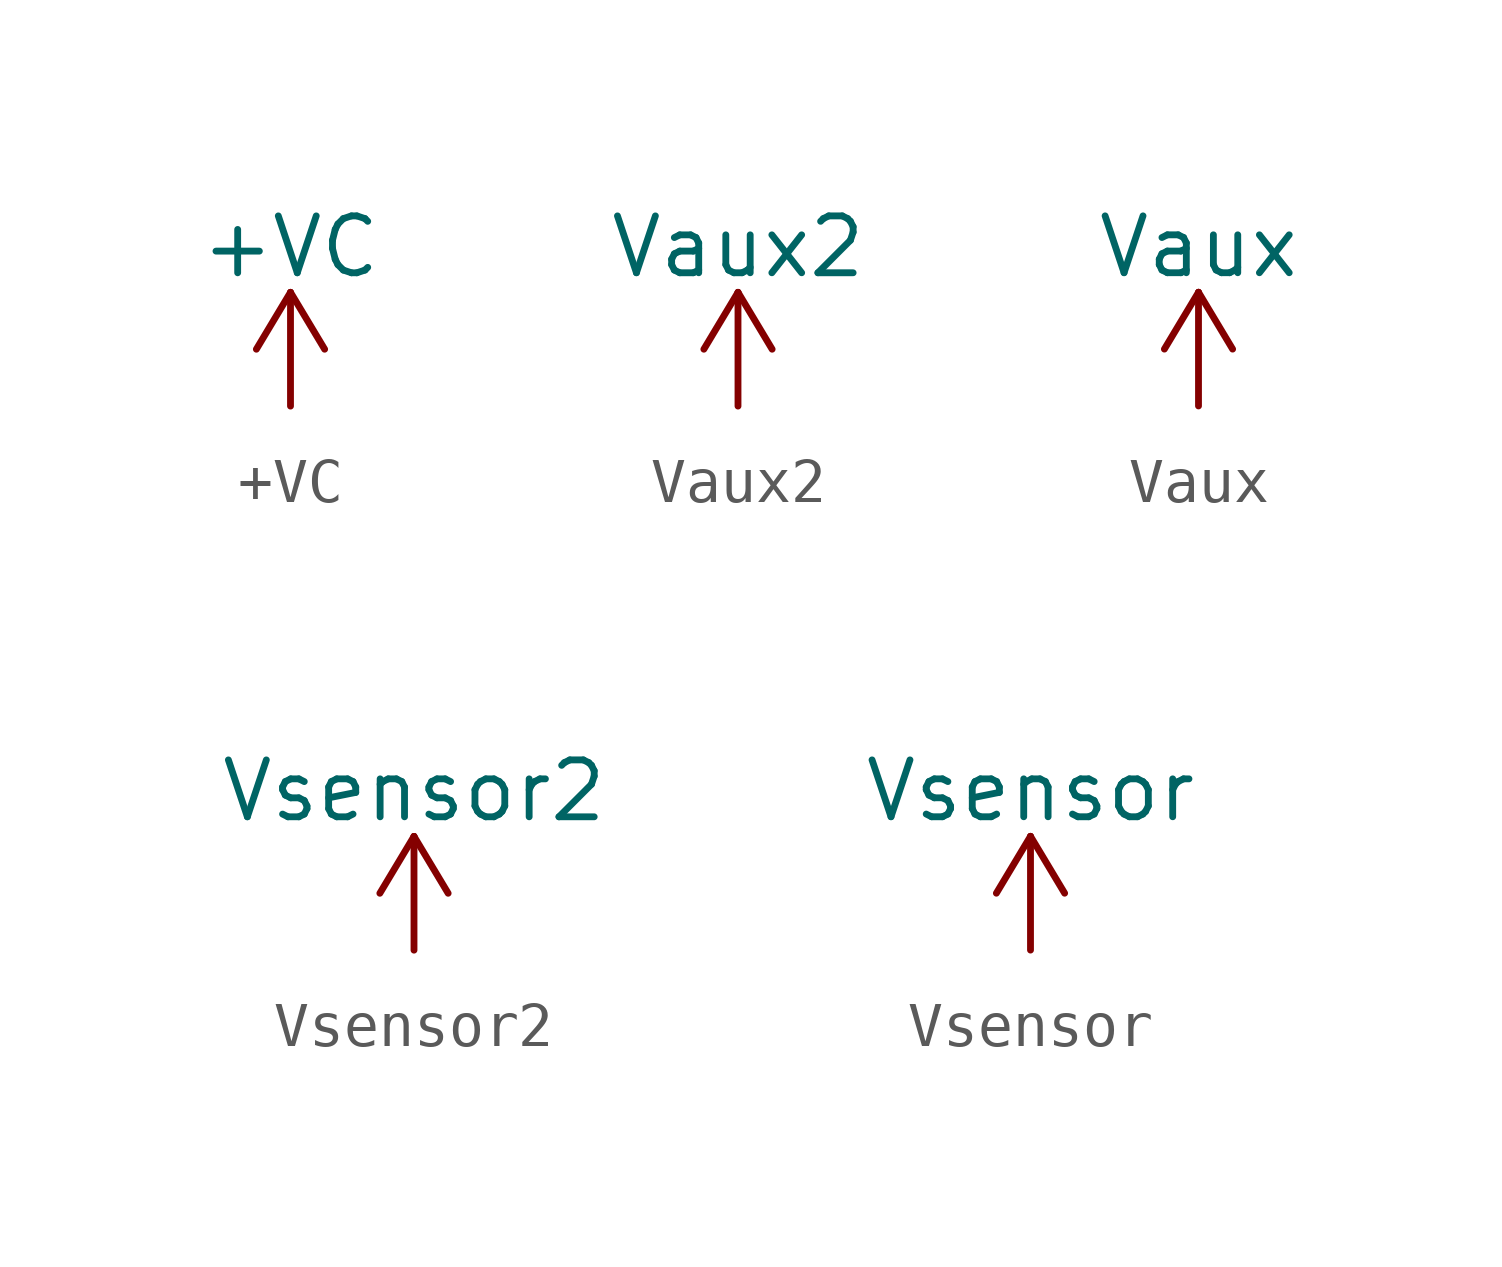
<source format=kicad_sym>
(kicad_symbol_lib
  (version 20211014)
  (generator kicad_symbol_editor)
  (symbol "+VC"
    (power)
    (pin_names
      (offset 0))
    (property "Reference" "#PWR"
      (at 0 -3.81 0)
      (effects (font (size 1.27 1.27)) hide))
    (property "Value" "+VC"
      (at 0 3.556 0)
      (effects (font (size 1.27 1.27))))
    (symbol "+VC_0_1"
      (polyline (pts (xy -0.762 1.27) (xy 0 2.54)) (stroke (width 0) (type default) (color 0 0 0 0)) (fill (type none)))
      (polyline (pts (xy 0 0) (xy 0 2.54)) (stroke (width 0) (type default) (color 0 0 0 0)) (fill (type none)))
      (polyline (pts (xy 0 2.54) (xy 0.762 1.27)) (stroke (width 0) (type default) (color 0 0 0 0)) (fill (type none))))
    (symbol "+VC_1_1"
      (pin power_in line (at 0 0 90) (length 0) hide (name "+VC" (effects (font (size 1.27 1.27)))) (number "1" (effects (font (size 1.27 1.27)))))))
  (symbol "Vaux2"
    (power)
    (pin_names
      (offset 0))
    (property "Reference" "#PWR"
      (at 0 -3.81 0)
      (effects (font (size 1.27 1.27)) hide))
    (property "Value" "Vaux2"
      (at 0 3.556 0)
      (effects (font (size 1.27 1.27))))
    (symbol "Vaux2_0_1"
      (polyline (pts (xy -0.762 1.27) (xy 0 2.54)) (stroke (width 0) (type default) (color 0 0 0 0)) (fill (type none)))
      (polyline (pts (xy 0 0) (xy 0 2.54)) (stroke (width 0) (type default) (color 0 0 0 0)) (fill (type none)))
      (polyline (pts (xy 0 2.54) (xy 0.762 1.27)) (stroke (width 0) (type default) (color 0 0 0 0)) (fill (type none))))
    (symbol "Vaux2_1_1"
      (pin power_in line (at 0 0 90) (length 0) hide (name "Vaux2" (effects (font (size 1.27 1.27)))) (number "1" (effects (font (size 1.27 1.27)))))))
  (symbol "Vaux"
    (power)
    (pin_names
      (offset 0))
    (property "Reference" "#PWR"
      (at 0 -3.81 0)
      (effects (font (size 1.27 1.27)) hide))
    (property "Value" "Vaux"
      (at 0 3.556 0)
      (effects (font (size 1.27 1.27))))
    (symbol "Vaux_0_1"
      (polyline (pts (xy -0.762 1.27) (xy 0 2.54)) (stroke (width 0) (type default) (color 0 0 0 0)) (fill (type none)))
      (polyline (pts (xy 0 0) (xy 0 2.54)) (stroke (width 0) (type default) (color 0 0 0 0)) (fill (type none)))
      (polyline (pts (xy 0 2.54) (xy 0.762 1.27)) (stroke (width 0) (type default) (color 0 0 0 0)) (fill (type none))))
    (symbol "Vaux_1_1"
      (pin power_in line (at 0 0 90) (length 0) hide (name "Vaux" (effects (font (size 1.27 1.27)))) (number "1" (effects (font (size 1.27 1.27)))))))
  (symbol "Vsensor2"
    (power)
    (pin_names
      (offset 0))
    (property "Reference" "#PWR"
      (at 3.81 -4.445 0)
      (effects (font (size 1.27 1.27)) hide))
    (property "Value" "Vsensor2"
      (at 0 3.556 0)
      (effects (font (size 1.27 1.27))))
    (symbol "Vsensor2_0_1"
      (polyline (pts (xy -0.762 1.27) (xy 0 2.54)) (stroke (width 0) (type default) (color 0 0 0 0)) (fill (type none)))
      (polyline (pts (xy 0 0) (xy 0 2.54)) (stroke (width 0) (type default) (color 0 0 0 0)) (fill (type none)))
      (polyline (pts (xy 0 2.54) (xy 0.762 1.27)) (stroke (width 0) (type default) (color 0 0 0 0)) (fill (type none))))
    (symbol "Vsensor2_1_1"
      (pin power_in line (at 0 0 90) (length 0) hide (name "Vsensor2" (effects (font (size 1.27 1.27)))) (number "1" (effects (font (size 1.27 1.27)))))))
  (symbol "Vsensor"
    (power)
    (pin_names
      (offset 0))
    (property "Reference" "#PWR"
      (at 3.81 -4.445 0)
      (effects (font (size 1.27 1.27)) hide))
    (property "Value" "Vsensor"
      (at 0 3.556 0)
      (effects (font (size 1.27 1.27))))
    (symbol "Vsensor_0_1"
      (polyline (pts (xy -0.762 1.27) (xy 0 2.54)) (stroke (width 0) (type default) (color 0 0 0 0)) (fill (type none)))
      (polyline (pts (xy 0 0) (xy 0 2.54)) (stroke (width 0) (type default) (color 0 0 0 0)) (fill (type none)))
      (polyline (pts (xy 0 2.54) (xy 0.762 1.27)) (stroke (width 0) (type default) (color 0 0 0 0)) (fill (type none))))
    (symbol "Vsensor_1_1"
      (pin power_in line (at 0 0 90) (length 0) hide (name "Vsensor" (effects (font (size 1.27 1.27)))) (number "1" (effects (font (size 1.27 1.27))))))))
</source>
